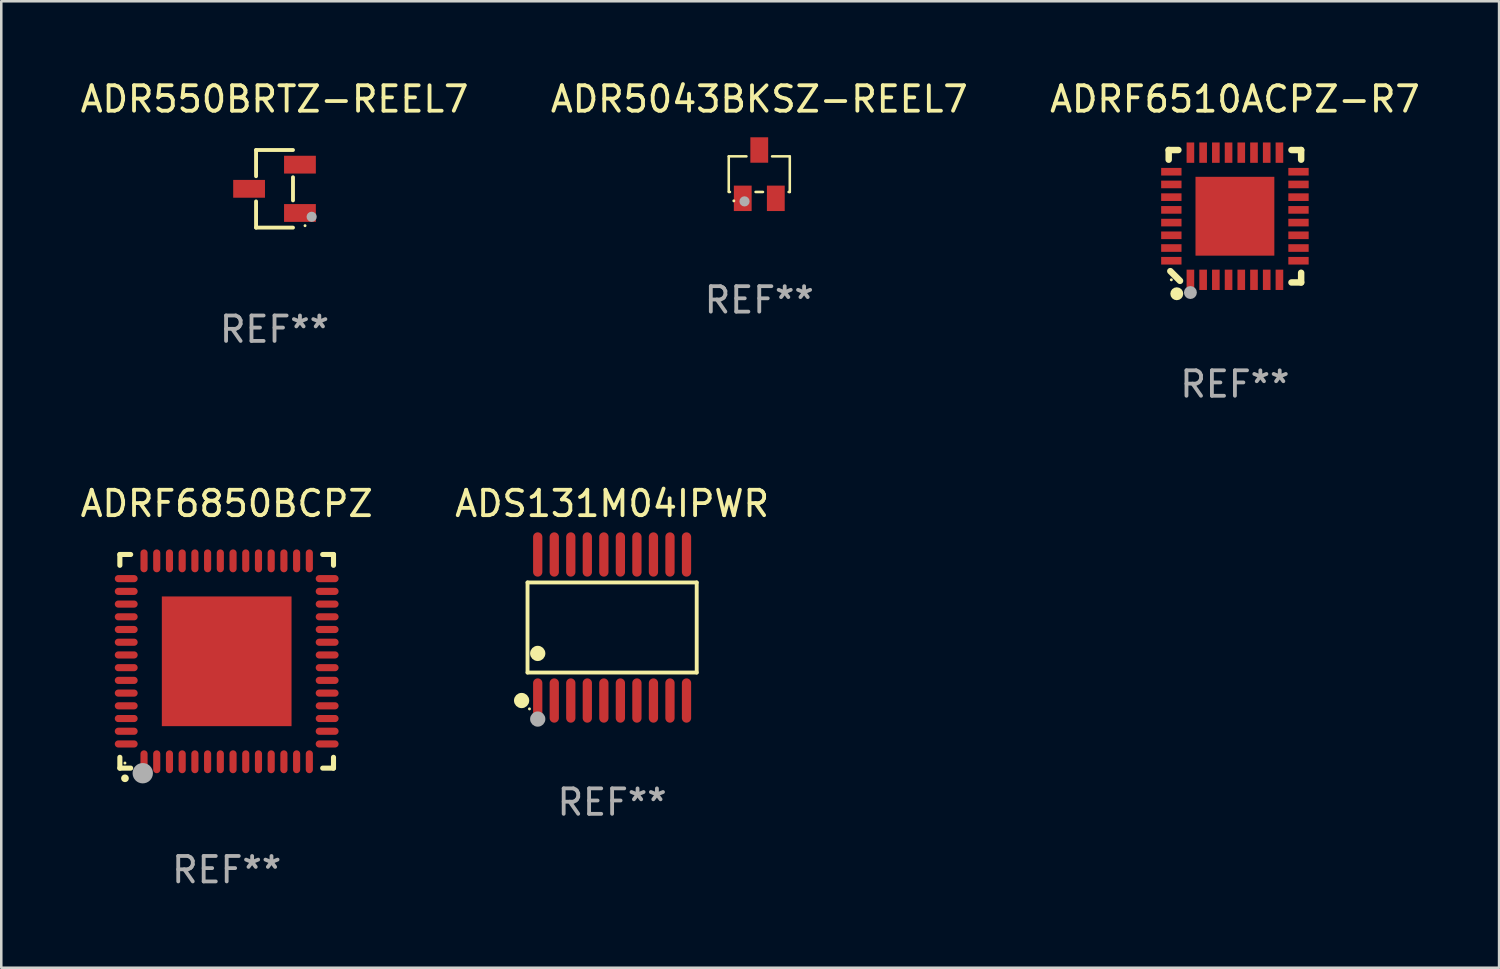
<source format=kicad_pcb>
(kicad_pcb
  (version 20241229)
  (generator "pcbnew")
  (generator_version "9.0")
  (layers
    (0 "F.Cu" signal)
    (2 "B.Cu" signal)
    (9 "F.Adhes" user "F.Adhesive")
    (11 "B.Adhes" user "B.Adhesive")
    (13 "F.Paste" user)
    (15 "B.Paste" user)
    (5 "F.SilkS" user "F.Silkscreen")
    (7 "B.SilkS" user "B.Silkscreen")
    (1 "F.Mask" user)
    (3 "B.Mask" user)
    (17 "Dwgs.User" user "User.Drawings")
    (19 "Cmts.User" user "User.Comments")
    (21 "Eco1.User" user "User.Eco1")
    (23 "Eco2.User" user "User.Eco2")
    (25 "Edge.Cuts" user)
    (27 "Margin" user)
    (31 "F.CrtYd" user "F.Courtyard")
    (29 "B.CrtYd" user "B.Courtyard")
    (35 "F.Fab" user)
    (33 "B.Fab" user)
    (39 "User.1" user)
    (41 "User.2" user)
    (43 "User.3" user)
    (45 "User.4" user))
  (footprint "ADR5043BKSZ-REEL7"
    (layer "F.Cu")
    (at 26.804 3.798)
    (property "Reference" "ADR5043BKSZ-REEL7" (at 0 -2.95 0) (layer "F.SilkS") (effects (font (size 1 1) (thickness 0.15))))
    (attr through_hole)
    (fp_line (start -1.2 -0.7) (end -1.2 0.68) (stroke (width 0.1) (type solid)) (layer "F.SilkS"))
    (fp_line (start -1.2 -0.7) (end -0.504 -0.7) (stroke (width 0.1) (type solid)) (layer "F.SilkS"))
    (fp_line (start -1.154 0.7) (end -1.2 0.7) (stroke (width 0.1) (type solid)) (layer "F.SilkS"))
    (fp_line (start 0.146 0.7) (end -0.146 0.7) (stroke (width 0.1) (type solid)) (layer "F.SilkS"))
    (fp_line (start 0.504 -0.7) (end 1.194 -0.7) (stroke (width 0.1) (type solid)) (layer "F.SilkS"))
    (fp_line (start 1.2 -0.7) (end 1.2 0.7) (stroke (width 0.1) (type solid)) (layer "F.SilkS"))
    (fp_line (start 1.2 0.7) (end 1.154 0.7) (stroke (width 0.1) (type solid)) (layer "F.SilkS"))
    (fp_circle (center -1 1.05) (end -0.97 1.05) (stroke (width 0.06) (type solid)) (fill no) (layer "F.SilkS"))
    (fp_circle (center -0.58 1.07) (end -0.48 1.07) (stroke (width 0.2) (type solid)) (fill no) (layer "F.Fab"))
    (fp_text user "REF**" (at 0 4.95 0) (layer "F.Fab") (effects (font (size 1 1) (thickness 0.15))))
    (pad "1" smd rect (at -0.65 0.95) (size 0.7 1) (layers "F.Cu" "F.Mask" "F.Paste"))
    (pad "2" smd rect (at 0.65 0.95) (size 0.7 1) (layers "F.Cu" "F.Mask" "F.Paste"))
    (pad "3" smd rect (at -0.000127 -0.95) (size 0.7 1) (layers "F.Cu" "F.Mask" "F.Paste")))
  (footprint "ADRF6850BCPZ"
    (layer "F.Cu")
    (at 5.863 22.952)
    (property "Reference" "ADRF6850BCPZ" (at 0 -6.2 0) (layer "F.SilkS") (effects (font (size 1 1) (thickness 0.15))))
    (attr through_hole)
    (fp_line (start -4.2 -4.2) (end -4.2 -3.775) (stroke (width 0.2) (type solid)) (layer "F.SilkS"))
    (fp_line (start -4.2 4.2) (end -4.2 3.775) (stroke (width 0.2) (type solid)) (layer "F.SilkS"))
    (fp_line (start -3.775 -4.2) (end -4.2 -4.2) (stroke (width 0.2) (type solid)) (layer "F.SilkS"))
    (fp_line (start -3.775 4.2) (end -4.2 4.2) (stroke (width 0.2) (type solid)) (layer "F.SilkS"))
    (fp_line (start 3.775 4.2) (end 4.2 4.2) (stroke (width 0.2) (type solid)) (layer "F.SilkS"))
    (fp_line (start 4.2 -4.2) (end 3.775 -4.2) (stroke (width 0.2) (type solid)) (layer "F.SilkS"))
    (fp_line (start 4.2 -3.775) (end 4.2 -4.2) (stroke (width 0.2) (type solid)) (layer "F.SilkS"))
    (fp_line (start 4.2 4.2) (end 4.2 3.775) (stroke (width 0.2) (type solid)) (layer "F.SilkS"))
    (fp_arc (start -4.000508 4.599949) (mid -3.999238 4.599944) (end -3.997968 4.599949) (stroke (width 0.3) (type solid)) (layer "F.SilkS"))
    (fp_circle (center -4 4) (end -3.97 4) (stroke (width 0.06) (type solid)) (fill no) (layer "F.SilkS"))
    (fp_circle (center -3.3 4.4) (end -3.1 4.4) (stroke (width 0.4) (type solid)) (fill no) (layer "F.Fab"))
    (fp_text user "REF**" (at 0 8.2 0) (layer "F.Fab") (effects (font (size 1 1) (thickness 0.15))))
    (pad "1" smd oval (at -3.25 3.95) (size 0.28 0.9) (layers "F.Cu" "F.Mask" "F.Paste"))
    (pad "2" smd oval (at -2.75 3.95) (size 0.28 0.9) (layers "F.Cu" "F.Mask" "F.Paste"))
    (pad "3" smd oval (at -2.25 3.95) (size 0.28 0.9) (layers "F.Cu" "F.Mask" "F.Paste"))
    (pad "4" smd oval (at -1.75 3.95) (size 0.28 0.9) (layers "F.Cu" "F.Mask" "F.Paste"))
    (pad "5" smd oval (at -1.25 3.95) (size 0.28 0.9) (layers "F.Cu" "F.Mask" "F.Paste"))
    (pad "6" smd oval (at -0.75 3.95) (size 0.28 0.9) (layers "F.Cu" "F.Mask" "F.Paste"))
    (pad "7" smd oval (at -0.25 3.95) (size 0.28 0.9) (layers "F.Cu" "F.Mask" "F.Paste"))
    (pad "8" smd oval (at 0.25 3.95) (size 0.28 0.9) (layers "F.Cu" "F.Mask" "F.Paste"))
    (pad "9" smd oval (at 0.75 3.95) (size 0.28 0.9) (layers "F.Cu" "F.Mask" "F.Paste"))
    (pad "10" smd oval (at 1.25 3.95) (size 0.28 0.9) (layers "F.Cu" "F.Mask" "F.Paste"))
    (pad "11" smd oval (at 1.75 3.95) (size 0.28 0.9) (layers "F.Cu" "F.Mask" "F.Paste"))
    (pad "12" smd oval (at 2.25 3.95) (size 0.28 0.9) (layers "F.Cu" "F.Mask" "F.Paste"))
    (pad "13" smd oval (at 2.75 3.95) (size 0.28 0.9) (layers "F.Cu" "F.Mask" "F.Paste"))
    (pad "14" smd oval (at 3.25 3.95) (size 0.28 0.9) (layers "F.Cu" "F.Mask" "F.Paste"))
    (pad "15" smd oval (at 3.95 3.25) (size 0.9 0.28) (layers "F.Cu" "F.Mask" "F.Paste"))
    (pad "16" smd oval (at 3.95 2.75) (size 0.9 0.28) (layers "F.Cu" "F.Mask" "F.Paste"))
    (pad "17" smd oval (at 3.95 2.25) (size 0.9 0.28) (layers "F.Cu" "F.Mask" "F.Paste"))
    (pad "18" smd oval (at 3.95 1.75) (size 0.9 0.28) (layers "F.Cu" "F.Mask" "F.Paste"))
    (pad "19" smd oval (at 3.95 1.25) (size 0.9 0.28) (layers "F.Cu" "F.Mask" "F.Paste"))
    (pad "20" smd oval (at 3.95 0.75) (size 0.9 0.28) (layers "F.Cu" "F.Mask" "F.Paste"))
    (pad "21" smd oval (at 3.95 0.25) (size 0.9 0.28) (layers "F.Cu" "F.Mask" "F.Paste"))
    (pad "22" smd oval (at 3.95 -0.25) (size 0.9 0.28) (layers "F.Cu" "F.Mask" "F.Paste"))
    (pad "23" smd oval (at 3.95 -0.75) (size 0.9 0.28) (layers "F.Cu" "F.Mask" "F.Paste"))
    (pad "24" smd oval (at 3.95 -1.25) (size 0.9 0.28) (layers "F.Cu" "F.Mask" "F.Paste"))
    (pad "25" smd oval (at 3.95 -1.75) (size 0.9 0.28) (layers "F.Cu" "F.Mask" "F.Paste"))
    (pad "26" smd oval (at 3.95 -2.25) (size 0.9 0.28) (layers "F.Cu" "F.Mask" "F.Paste"))
    (pad "27" smd oval (at 3.95 -2.75) (size 0.9 0.28) (layers "F.Cu" "F.Mask" "F.Paste"))
    (pad "28" smd oval (at 3.95 -3.25) (size 0.9 0.28) (layers "F.Cu" "F.Mask" "F.Paste"))
    (pad "29" smd oval (at 3.25 -3.95) (size 0.28 0.9) (layers "F.Cu" "F.Mask" "F.Paste"))
    (pad "30" smd oval (at 2.75 -3.95) (size 0.28 0.9) (layers "F.Cu" "F.Mask" "F.Paste"))
    (pad "31" smd oval (at 2.25 -3.95) (size 0.28 0.9) (layers "F.Cu" "F.Mask" "F.Paste"))
    (pad "32" smd oval (at 1.75 -3.95) (size 0.28 0.9) (layers "F.Cu" "F.Mask" "F.Paste"))
    (pad "33" smd oval (at 1.25 -3.95) (size 0.28 0.9) (layers "F.Cu" "F.Mask" "F.Paste"))
    (pad "34" smd oval (at 0.75 -3.95) (size 0.28 0.9) (layers "F.Cu" "F.Mask" "F.Paste"))
    (pad "35" smd oval (at 0.25 -3.95) (size 0.28 0.9) (layers "F.Cu" "F.Mask" "F.Paste"))
    (pad "36" smd oval (at -0.25 -3.95) (size 0.28 0.9) (layers "F.Cu" "F.Mask" "F.Paste"))
    (pad "37" smd oval (at -0.75 -3.95) (size 0.28 0.9) (layers "F.Cu" "F.Mask" "F.Paste"))
    (pad "38" smd oval (at -1.25 -3.95) (size 0.28 0.9) (layers "F.Cu" "F.Mask" "F.Paste"))
    (pad "39" smd oval (at -1.75 -3.95) (size 0.28 0.9) (layers "F.Cu" "F.Mask" "F.Paste"))
    (pad "40" smd oval (at -2.25 -3.95) (size 0.28 0.9) (layers "F.Cu" "F.Mask" "F.Paste"))
    (pad "41" smd oval (at -2.75 -3.95) (size 0.28 0.9) (layers "F.Cu" "F.Mask" "F.Paste"))
    (pad "42" smd oval (at -3.25 -3.95) (size 0.28 0.9) (layers "F.Cu" "F.Mask" "F.Paste"))
    (pad "43" smd oval (at -3.95 -3.25) (size 0.9 0.28) (layers "F.Cu" "F.Mask" "F.Paste"))
    (pad "44" smd oval (at -3.95 -2.75) (size 0.9 0.28) (layers "F.Cu" "F.Mask" "F.Paste"))
    (pad "45" smd oval (at -3.95 -2.25) (size 0.9 0.28) (layers "F.Cu" "F.Mask" "F.Paste"))
    (pad "46" smd oval (at -3.95 -1.75) (size 0.9 0.28) (layers "F.Cu" "F.Mask" "F.Paste"))
    (pad "47" smd oval (at -3.95 -1.25) (size 0.9 0.28) (layers "F.Cu" "F.Mask" "F.Paste"))
    (pad "48" smd oval (at -3.95 -0.75) (size 0.9 0.28) (layers "F.Cu" "F.Mask" "F.Paste"))
    (pad "49" smd oval (at -3.95 -0.25) (size 0.9 0.28) (layers "F.Cu" "F.Mask" "F.Paste"))
    (pad "50" smd oval (at -3.95 0.25) (size 0.9 0.28) (layers "F.Cu" "F.Mask" "F.Paste"))
    (pad "51" smd oval (at -3.95 0.75) (size 0.9 0.28) (layers "F.Cu" "F.Mask" "F.Paste"))
    (pad "52" smd oval (at -3.95 1.25) (size 0.9 0.28) (layers "F.Cu" "F.Mask" "F.Paste"))
    (pad "53" smd oval (at -3.95 1.75) (size 0.9 0.28) (layers "F.Cu" "F.Mask" "F.Paste"))
    (pad "54" smd oval (at -3.95 2.25) (size 0.9 0.28) (layers "F.Cu" "F.Mask" "F.Paste"))
    (pad "55" smd oval (at -3.95 2.75) (size 0.9 0.28) (layers "F.Cu" "F.Mask" "F.Paste"))
    (pad "56" smd oval (at -3.95 3.25) (size 0.9 0.28) (layers "F.Cu" "F.Mask" "F.Paste"))
    (pad "57" smd rect (at 0.000076 0.000076 90) (size 5.1 5.1) (layers "F.Cu" "F.Mask" "F.Paste")))
  (footprint "ADRF6510ACPZ-R7"
    (layer "F.Cu")
    (at 45.506 5.452)
    (property "Reference" "ADRF6510ACPZ-R7" (at 0 -4.604 0) (layer "F.SilkS") (effects (font (size 1 1) (thickness 0.15))))
    (attr through_hole)
    (fp_line (start -2.604 -2.604) (end -2.604 -2.223) (stroke (width 0.254) (type solid)) (layer "F.SilkS"))
    (fp_line (start -2.54 2.159) (end -2.159 2.54) (stroke (width 0.254) (type solid)) (layer "F.SilkS"))
    (fp_line (start -2.223 -2.604) (end -2.604 -2.604) (stroke (width 0.254) (type solid)) (layer "F.SilkS"))
    (fp_line (start 2.223 2.604) (end 2.604 2.604) (stroke (width 0.254) (type solid)) (layer "F.SilkS"))
    (fp_line (start 2.604 -2.604) (end 2.223 -2.604) (stroke (width 0.254) (type solid)) (layer "F.SilkS"))
    (fp_line (start 2.604 -2.223) (end 2.604 -2.604) (stroke (width 0.254) (type solid)) (layer "F.SilkS"))
    (fp_line (start 2.604 2.604) (end 2.604 2.223) (stroke (width 0.254) (type solid)) (layer "F.SilkS"))
    (fp_circle (center -2.5 2.5) (end -2.47 2.5) (stroke (width 0.06) (type solid)) (fill no) (layer "F.SilkS"))
    (fp_circle (center -2.286 3.048) (end -2.159 3.048) (stroke (width 0.254) (type solid)) (fill no) (layer "F.SilkS"))
    (fp_circle (center -1.75 3) (end -1.623 3) (stroke (width 0.254) (type solid)) (fill no) (layer "F.Fab"))
    (fp_text user "REF**" (at 0 6.604 0) (layer "F.Fab") (effects (font (size 1 1) (thickness 0.15))))
    (pad "1" smd rect (at -1.75 2.5) (size 0.3 0.8) (layers "F.Cu" "F.Mask" "F.Paste"))
    (pad "2" smd rect (at -1.25 2.5) (size 0.3 0.8) (layers "F.Cu" "F.Mask" "F.Paste"))
    (pad "3" smd rect (at -0.75 2.5) (size 0.3 0.8) (layers "F.Cu" "F.Mask" "F.Paste"))
    (pad "4" smd rect (at -0.25 2.5) (size 0.3 0.8) (layers "F.Cu" "F.Mask" "F.Paste"))
    (pad "5" smd rect (at 0.25 2.5) (size 0.3 0.8) (layers "F.Cu" "F.Mask" "F.Paste"))
    (pad "6" smd rect (at 0.75 2.5) (size 0.3 0.8) (layers "F.Cu" "F.Mask" "F.Paste"))
    (pad "7" smd rect (at 1.25 2.5) (size 0.3 0.8) (layers "F.Cu" "F.Mask" "F.Paste"))
    (pad "8" smd rect (at 1.75 2.5) (size 0.3 0.8) (layers "F.Cu" "F.Mask" "F.Paste"))
    (pad "9" smd rect (at 2.5 1.75) (size 0.8 0.3) (layers "F.Cu" "F.Mask" "F.Paste"))
    (pad "10" smd rect (at 2.5 1.25) (size 0.8 0.3) (layers "F.Cu" "F.Mask" "F.Paste"))
    (pad "11" smd rect (at 2.5 0.75) (size 0.8 0.3) (layers "F.Cu" "F.Mask" "F.Paste"))
    (pad "12" smd rect (at 2.5 0.25) (size 0.8 0.3) (layers "F.Cu" "F.Mask" "F.Paste"))
    (pad "13" smd rect (at 2.5 -0.25) (size 0.8 0.3) (layers "F.Cu" "F.Mask" "F.Paste"))
    (pad "14" smd rect (at 2.5 -0.75) (size 0.8 0.3) (layers "F.Cu" "F.Mask" "F.Paste"))
    (pad "15" smd rect (at 2.5 -1.25) (size 0.8 0.3) (layers "F.Cu" "F.Mask" "F.Paste"))
    (pad "16" smd rect (at 2.5 -1.75) (size 0.8 0.3) (layers "F.Cu" "F.Mask" "F.Paste"))
    (pad "17" smd rect (at 1.75 -2.5) (size 0.3 0.8) (layers "F.Cu" "F.Mask" "F.Paste"))
    (pad "18" smd rect (at 1.25 -2.5) (size 0.3 0.8) (layers "F.Cu" "F.Mask" "F.Paste"))
    (pad "19" smd rect (at 0.75 -2.5) (size 0.3 0.8) (layers "F.Cu" "F.Mask" "F.Paste"))
    (pad "20" smd rect (at 0.25 -2.5) (size 0.3 0.8) (layers "F.Cu" "F.Mask" "F.Paste"))
    (pad "21" smd rect (at -0.25 -2.5) (size 0.3 0.8) (layers "F.Cu" "F.Mask" "F.Paste"))
    (pad "22" smd rect (at -0.75 -2.5) (size 0.3 0.8) (layers "F.Cu" "F.Mask" "F.Paste"))
    (pad "23" smd rect (at -1.25 -2.5) (size 0.3 0.8) (layers "F.Cu" "F.Mask" "F.Paste"))
    (pad "24" smd rect (at -1.75 -2.5) (size 0.3 0.8) (layers "F.Cu" "F.Mask" "F.Paste"))
    (pad "25" smd rect (at -2.5 -1.75) (size 0.8 0.3) (layers "F.Cu" "F.Mask" "F.Paste"))
    (pad "26" smd rect (at -2.5 -1.25) (size 0.8 0.3) (layers "F.Cu" "F.Mask" "F.Paste"))
    (pad "27" smd rect (at -2.5 -0.75) (size 0.8 0.3) (layers "F.Cu" "F.Mask" "F.Paste"))
    (pad "28" smd rect (at -2.5 -0.25) (size 0.8 0.3) (layers "F.Cu" "F.Mask" "F.Paste"))
    (pad "29" smd rect (at -2.5 0.25) (size 0.8 0.3) (layers "F.Cu" "F.Mask" "F.Paste"))
    (pad "30" smd rect (at -2.5 0.75) (size 0.8 0.3) (layers "F.Cu" "F.Mask" "F.Paste"))
    (pad "31" smd rect (at -2.5 1.25) (size 0.8 0.3) (layers "F.Cu" "F.Mask" "F.Paste"))
    (pad "32" smd rect (at -2.5 1.75) (size 0.8 0.3) (layers "F.Cu" "F.Mask" "F.Paste"))
    (pad "33" smd rect (at 0 -0.000025) (size 3.1 3.1) (layers "F.Cu" "F.Mask" "F.Paste")))
  (footprint "ADS131M04IPWR"
    (layer "F.Cu")
    (at 21.018 21.623)
    (property "Reference" "ADS131M04IPWR" (at 0 -4.871 0) (layer "F.SilkS") (effects (font (size 1 1) (thickness 0.15))))
    (attr through_hole)
    (fp_line (start -3.326 -1.771) (end 3.326 -1.771) (stroke (width 0.152) (type solid)) (layer "F.SilkS"))
    (fp_line (start -3.326 1.771) (end -3.326 -1.771) (stroke (width 0.152) (type solid)) (layer "F.SilkS"))
    (fp_line (start 3.326 -1.771) (end 3.326 1.771) (stroke (width 0.152) (type solid)) (layer "F.SilkS"))
    (fp_line (start 3.326 1.771) (end -3.326 1.771) (stroke (width 0.152) (type solid)) (layer "F.SilkS"))
    (fp_circle (center -3.559 2.871) (end -3.409 2.871) (stroke (width 0.3) (type solid)) (fill no) (layer "F.SilkS"))
    (fp_circle (center -3.25 3.2) (end -3.22 3.2) (stroke (width 0.06) (type solid)) (fill no) (layer "F.SilkS"))
    (fp_circle (center -2.925 1.019) (end -2.775 1.019) (stroke (width 0.3) (type solid)) (fill no) (layer "F.SilkS"))
    (fp_circle (center -2.925 3.6) (end -2.775 3.6) (stroke (width 0.3) (type solid)) (fill no) (layer "F.Fab"))
    (fp_text user "REF**" (at 0 6.871 0) (layer "F.Fab") (effects (font (size 1 1) (thickness 0.15))))
    (pad "1" smd oval (at -2.925 2.871) (size 0.364 1.742) (layers "F.Cu" "F.Mask" "F.Paste"))
    (pad "2" smd oval (at -2.275 2.871) (size 0.364 1.742) (layers "F.Cu" "F.Mask" "F.Paste"))
    (pad "3" smd oval (at -1.625 2.871) (size 0.364 1.742) (layers "F.Cu" "F.Mask" "F.Paste"))
    (pad "4" smd oval (at -0.975 2.871) (size 0.364 1.742) (layers "F.Cu" "F.Mask" "F.Paste"))
    (pad "5" smd oval (at -0.325 2.871) (size 0.364 1.742) (layers "F.Cu" "F.Mask" "F.Paste"))
    (pad "6" smd oval (at 0.325 2.871) (size 0.364 1.742) (layers "F.Cu" "F.Mask" "F.Paste"))
    (pad "7" smd oval (at 0.975 2.871) (size 0.364 1.742) (layers "F.Cu" "F.Mask" "F.Paste"))
    (pad "8" smd oval (at 1.625 2.871) (size 0.364 1.742) (layers "F.Cu" "F.Mask" "F.Paste"))
    (pad "9" smd oval (at 2.275 2.871) (size 0.364 1.742) (layers "F.Cu" "F.Mask" "F.Paste"))
    (pad "10" smd oval (at 2.925 2.871) (size 0.364 1.742) (layers "F.Cu" "F.Mask" "F.Paste"))
    (pad "11" smd oval (at 2.925 -2.871) (size 0.364 1.742) (layers "F.Cu" "F.Mask" "F.Paste"))
    (pad "12" smd oval (at 2.275 -2.871) (size 0.364 1.742) (layers "F.Cu" "F.Mask" "F.Paste"))
    (pad "13" smd oval (at 1.625 -2.871) (size 0.364 1.742) (layers "F.Cu" "F.Mask" "F.Paste"))
    (pad "14" smd oval (at 0.975 -2.871) (size 0.364 1.742) (layers "F.Cu" "F.Mask" "F.Paste"))
    (pad "15" smd oval (at 0.325 -2.871) (size 0.364 1.742) (layers "F.Cu" "F.Mask" "F.Paste"))
    (pad "16" smd oval (at -0.325 -2.871) (size 0.364 1.742) (layers "F.Cu" "F.Mask" "F.Paste"))
    (pad "17" smd oval (at -0.975 -2.871) (size 0.364 1.742) (layers "F.Cu" "F.Mask" "F.Paste"))
    (pad "18" smd oval (at -1.625 -2.871) (size 0.364 1.742) (layers "F.Cu" "F.Mask" "F.Paste"))
    (pad "19" smd oval (at -2.275 -2.871) (size 0.364 1.742) (layers "F.Cu" "F.Mask" "F.Paste"))
    (pad "20" smd oval (at -2.925 -2.871) (size 0.364 1.742) (layers "F.Cu" "F.Mask" "F.Paste")))
  (footprint "ADR550BRTZ-REEL7"
    (layer "F.Cu")
    (at 7.744 4.374)
    (property "Reference" "ADR550BRTZ-REEL7" (at 0 -3.526 0) (layer "F.SilkS") (effects (font (size 1 1) (thickness 0.15))))
    (attr through_hole)
    (fp_line (start -0.726 -1.526) (end -0.726 -0.495) (stroke (width 0.152) (type solid)) (layer "F.SilkS"))
    (fp_line (start -0.726 1.526) (end -0.726 0.495) (stroke (width 0.152) (type solid)) (layer "F.SilkS"))
    (fp_line (start 0.726 -1.526) (end -0.726 -1.526) (stroke (width 0.152) (type solid)) (layer "F.SilkS"))
    (fp_line (start 0.726 -0.455) (end 0.726 0.455) (stroke (width 0.152) (type solid)) (layer "F.SilkS"))
    (fp_line (start 0.726 1.526) (end -0.726 1.526) (stroke (width 0.152) (type solid)) (layer "F.SilkS"))
    (fp_circle (center 1.2 1.45) (end 1.23 1.45) (stroke (width 0.06) (type solid)) (fill no) (layer "F.SilkS"))
    (fp_circle (center 1.46 1.1) (end 1.56 1.1) (stroke (width 0.2) (type solid)) (fill no) (layer "F.Fab"))
    (fp_text user "REF**" (at 0 5.526 0) (layer "F.Fab") (effects (font (size 1 1) (thickness 0.15))))
    (pad "1" smd rect (at 1 0.95) (size 1.25 0.7) (layers "F.Cu" "F.Mask" "F.Paste"))
    (pad "2" smd rect (at 1 -0.95) (size 1.25 0.7) (layers "F.Cu" "F.Mask" "F.Paste"))
    (pad "3" smd rect (at -1 0) (size 1.25 0.7) (layers "F.Cu" "F.Mask" "F.Paste")))
  (gr_rect
    (start -3 -3)
    (end 55.893 35)
    (stroke (width 0.1) (type default))
    (fill no)
    (layer "Edge.Cuts")))
</source>
